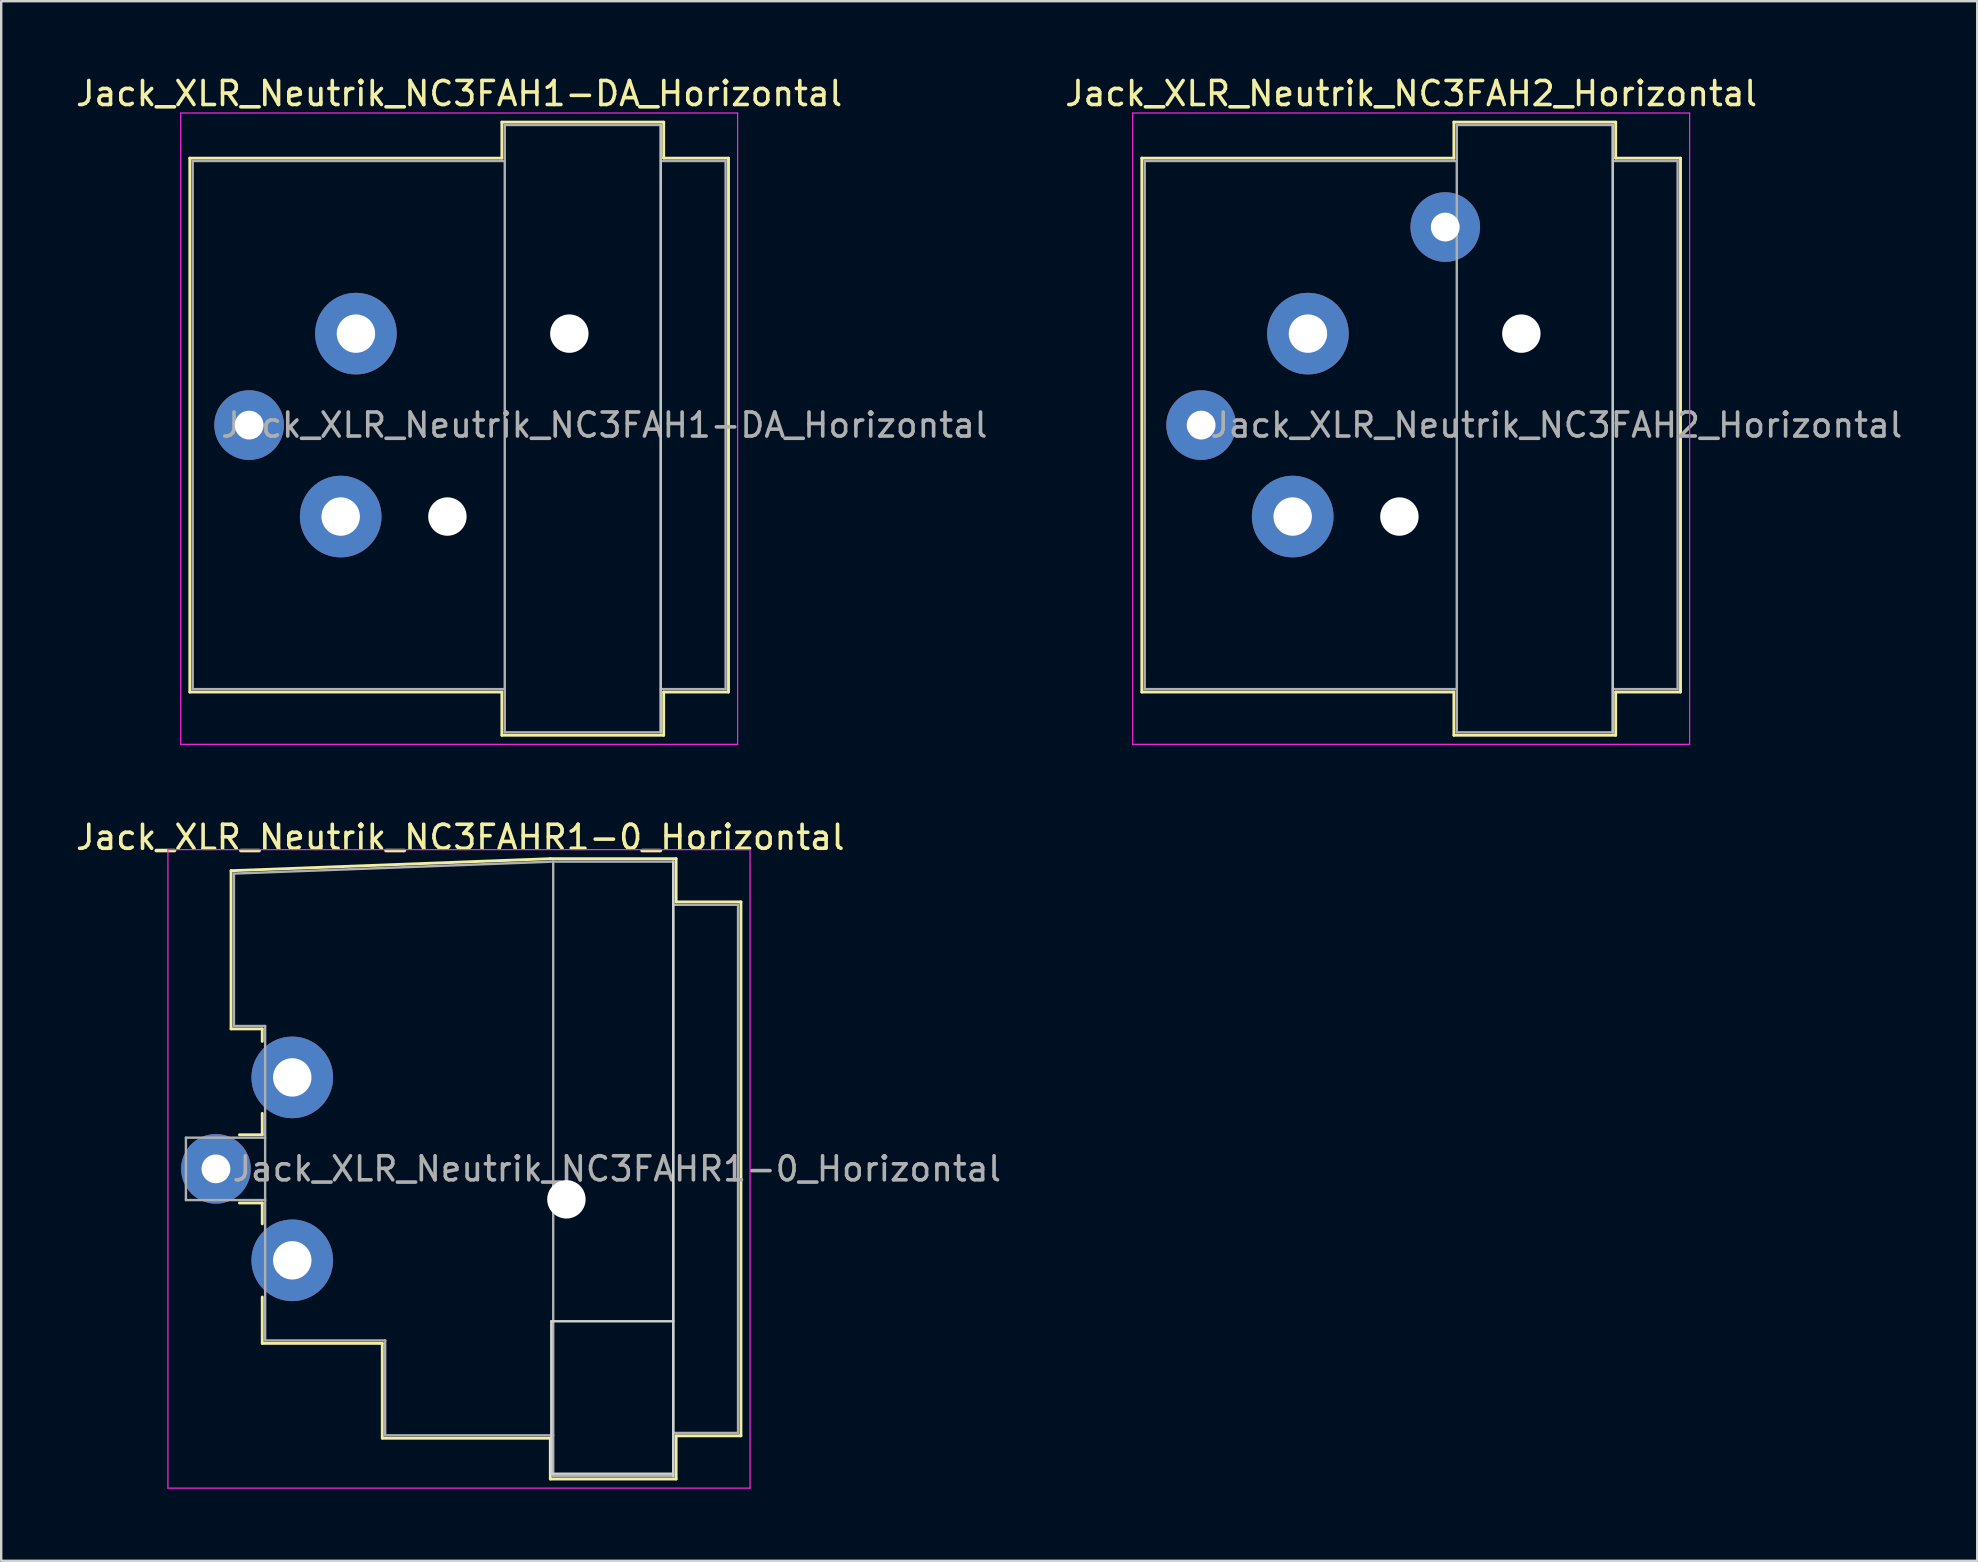
<source format=kicad_pcb>
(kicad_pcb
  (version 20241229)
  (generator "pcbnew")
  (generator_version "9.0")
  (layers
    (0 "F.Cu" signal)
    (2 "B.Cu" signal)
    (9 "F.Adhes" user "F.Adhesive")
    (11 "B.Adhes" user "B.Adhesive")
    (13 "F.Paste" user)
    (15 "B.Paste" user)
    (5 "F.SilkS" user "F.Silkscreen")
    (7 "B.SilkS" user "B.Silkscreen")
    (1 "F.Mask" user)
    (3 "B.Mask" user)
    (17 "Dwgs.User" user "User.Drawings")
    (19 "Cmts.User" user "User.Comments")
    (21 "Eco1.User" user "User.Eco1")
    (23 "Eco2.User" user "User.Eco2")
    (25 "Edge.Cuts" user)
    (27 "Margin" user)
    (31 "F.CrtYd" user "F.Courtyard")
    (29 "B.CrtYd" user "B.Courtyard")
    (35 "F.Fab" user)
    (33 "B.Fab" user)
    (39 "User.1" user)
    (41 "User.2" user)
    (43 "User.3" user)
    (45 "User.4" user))
  (footprint "Jack_XLR_Neutrik_NC3FAHR1-0_Horizontal"
    (layer "F.Cu")
    (at 9.125 41.831)
    (property "Reference" "Jack_XLR_Neutrik_NC3FAHR1-0_Horizontal" (at 7 -10 0) (layer "F.SilkS") (effects (font (size 1 1) (thickness 0.15))))
    (attr through_hole)
    (fp_line (start -2.55 -8.61) (end -2.55 -2.02) (stroke (width 0.12) (type solid)) (layer "F.SilkS"))
    (fp_line (start -2.55 -2.02) (end -1.25 -2.02) (stroke (width 0.12) (type solid)) (layer "F.SilkS"))
    (fp_line (start -1.25 -2.02) (end -1.25 -1.5) (stroke (width 0.12) (type solid)) (layer "F.SilkS"))
    (fp_line (start -1.25 1.5) (end -1.25 2.39) (stroke (width 0.12) (type solid)) (layer "F.SilkS"))
    (fp_line (start -1.25 2.39) (end -2.2 2.39) (stroke (width 0.12) (type solid)) (layer "F.SilkS"))
    (fp_line (start -1.25 5.23) (end -2.2 5.23) (stroke (width 0.12) (type solid)) (layer "F.SilkS"))
    (fp_line (start -1.25 5.23) (end -1.25 6.1) (stroke (width 0.12) (type solid)) (layer "F.SilkS"))
    (fp_line (start -1.25 9.15) (end -1.25 11.08) (stroke (width 0.12) (type solid)) (layer "F.SilkS"))
    (fp_line (start 3.75 11.08) (end -1.25 11.08) (stroke (width 0.12) (type solid)) (layer "F.SilkS"))
    (fp_line (start 3.75 11.08) (end 3.75 15.03) (stroke (width 0.12) (type solid)) (layer "F.SilkS"))
    (fp_line (start 10.75 -9.11) (end -2.55 -8.61) (stroke (width 0.12) (type solid)) (layer "F.SilkS"))
    (fp_line (start 10.75 15.03) (end 3.75 15.03) (stroke (width 0.12) (type solid)) (layer "F.SilkS"))
    (fp_line (start 10.75 16.73) (end 10.75 15.03) (stroke (width 0.12) (type solid)) (layer "F.SilkS"))
    (fp_line (start 15.99 -9.11) (end 10.75 -9.11) (stroke (width 0.12) (type solid)) (layer "F.SilkS"))
    (fp_line (start 15.99 -9.11) (end 15.99 -7.31) (stroke (width 0.12) (type solid)) (layer "F.SilkS"))
    (fp_line (start 15.99 -7.31) (end 18.69 -7.31) (stroke (width 0.12) (type solid)) (layer "F.SilkS"))
    (fp_line (start 15.99 14.93) (end 15.99 16.73) (stroke (width 0.12) (type solid)) (layer "F.SilkS"))
    (fp_line (start 15.99 14.93) (end 18.69 14.93) (stroke (width 0.12) (type solid)) (layer "F.SilkS"))
    (fp_line (start 15.99 16.73) (end 10.75 16.73) (stroke (width 0.12) (type solid)) (layer "F.SilkS"))
    (fp_line (start 18.69 -7.31) (end 18.69 14.93) (stroke (width 0.12) (type solid)) (layer "F.SilkS"))
    (fp_line (start 10.79 10.16) (end 10.79 16.51) (stroke (width 0.1) (type solid)) (layer "Edge.Cuts"))
    (fp_line (start 10.79 16.51) (end 15.87 16.51) (stroke (width 0.1) (type solid)) (layer "Edge.Cuts"))
    (fp_line (start 15.87 -8.99) (end 15.87 16.61) (stroke (width 0.1) (type solid)) (layer "Edge.Cuts"))
    (fp_line (start 15.87 10.16) (end 10.79 10.16) (stroke (width 0.1) (type solid)) (layer "Edge.Cuts"))
    (fp_line (start -5.18 -9.49) (end -5.18 17.11) (stroke (width 0.05) (type solid)) (layer "F.CrtYd"))
    (fp_line (start 19.07 -9.49) (end -5.18 -9.49) (stroke (width 0.05) (type solid)) (layer "F.CrtYd"))
    (fp_line (start 19.07 -9.49) (end 19.07 17.11) (stroke (width 0.05) (type solid)) (layer "F.CrtYd"))
    (fp_line (start 19.07 17.11) (end -5.18 17.11) (stroke (width 0.05) (type solid)) (layer "F.CrtYd"))
    (fp_line (start -4.43 2.51) (end -4.43 5.11) (stroke (width 0.1) (type solid)) (layer "F.Fab"))
    (fp_line (start -4.43 2.51) (end -1.13 2.51) (stroke (width 0.1) (type solid)) (layer "F.Fab"))
    (fp_line (start -4.43 5.11) (end -1.13 5.11) (stroke (width 0.1) (type solid)) (layer "F.Fab"))
    (fp_line (start -2.43 -8.49) (end -2.43 -2.14) (stroke (width 0.1) (type solid)) (layer "F.Fab"))
    (fp_line (start -2.43 -8.49) (end 10.87 -8.99) (stroke (width 0.1) (type solid)) (layer "F.Fab"))
    (fp_line (start -1.13 -2.14) (end -2.43 -2.14) (stroke (width 0.1) (type solid)) (layer "F.Fab"))
    (fp_line (start -1.13 -2.14) (end -1.13 10.96) (stroke (width 0.1) (type solid)) (layer "F.Fab"))
    (fp_line (start -1.13 10.96) (end 3.87 10.96) (stroke (width 0.1) (type solid)) (layer "F.Fab"))
    (fp_line (start 3.87 10.96) (end 3.87 14.91) (stroke (width 0.1) (type solid)) (layer "F.Fab"))
    (fp_line (start 3.87 14.91) (end 10.87 14.91) (stroke (width 0.1) (type solid)) (layer "F.Fab"))
    (fp_line (start 10.87 -8.99) (end 15.87 -8.99) (stroke (width 0.1) (type solid)) (layer "F.Fab"))
    (fp_line (start 10.87 16.61) (end 10.87 -8.99) (stroke (width 0.1) (type solid)) (layer "F.Fab"))
    (fp_line (start 15.87 -8.99) (end 15.87 16.61) (stroke (width 0.1) (type solid)) (layer "F.Fab"))
    (fp_line (start 15.87 -7.19) (end 18.57 -7.19) (stroke (width 0.1) (type solid)) (layer "F.Fab"))
    (fp_line (start 15.87 16.61) (end 10.87 16.61) (stroke (width 0.1) (type solid)) (layer "F.Fab"))
    (fp_line (start 18.57 -7.19) (end 18.57 14.81) (stroke (width 0.1) (type solid)) (layer "F.Fab"))
    (fp_line (start 18.57 14.81) (end 15.87 14.81) (stroke (width 0.1) (type solid)) (layer "F.Fab"))
    (fp_text user "${REFERENCE}" (at 13.52 3.81 0) (layer "F.Fab") (effects (font (size 1 1) (thickness 0.15))))
    (pad "" np_thru_hole circle (at 11.42 5.08) (size 1.6 1.6) (drill 1.6) (layers "*.Cu" "*.Mask"))
    (pad "1" thru_hole circle (at 0 0) (size 3.4 3.4) (drill 1.6) (layers "*.Cu" "*.Mask"))
    (pad "2" thru_hole circle (at -3.18 3.81) (size 2.9 2.9) (drill 1.2) (layers "*.Cu" "*.Mask"))
    (pad "3" thru_hole circle (at 0 7.62) (size 3.4 3.4) (drill 1.6) (layers "*.Cu" "*.Mask")))
  (footprint "Jack_XLR_Neutrik_NC3FAH1-DA_Horizontal"
    (layer "F.Cu")
    (at 11.777 10.848)
    (property "Reference" "Jack_XLR_Neutrik_NC3FAH1-DA_Horizontal" (at 4.3 -10 0) (layer "F.SilkS") (effects (font (size 1 1) (thickness 0.15))))
    (attr through_hole)
    (fp_line (start -6.92 -7.31) (end -6.92 14.93) (stroke (width 0.12) (type solid)) (layer "F.SilkS"))
    (fp_line (start 6.08 -7.31) (end -6.92 -7.31) (stroke (width 0.12) (type solid)) (layer "F.SilkS"))
    (fp_line (start 6.08 -7.31) (end 6.08 -8.81) (stroke (width 0.12) (type solid)) (layer "F.SilkS"))
    (fp_line (start 6.08 14.93) (end -6.92 14.93) (stroke (width 0.12) (type solid)) (layer "F.SilkS"))
    (fp_line (start 6.08 16.73) (end 6.08 14.93) (stroke (width 0.12) (type solid)) (layer "F.SilkS"))
    (fp_line (start 12.82 -8.81) (end 6.08 -8.81) (stroke (width 0.12) (type solid)) (layer "F.SilkS"))
    (fp_line (start 12.82 -8.81) (end 12.82 -7.31) (stroke (width 0.12) (type solid)) (layer "F.SilkS"))
    (fp_line (start 12.82 -7.31) (end 15.52 -7.31) (stroke (width 0.12) (type solid)) (layer "F.SilkS"))
    (fp_line (start 12.82 14.93) (end 12.82 16.73) (stroke (width 0.12) (type solid)) (layer "F.SilkS"))
    (fp_line (start 12.82 14.93) (end 15.52 14.93) (stroke (width 0.12) (type solid)) (layer "F.SilkS"))
    (fp_line (start 12.82 16.73) (end 6.08 16.73) (stroke (width 0.12) (type solid)) (layer "F.SilkS"))
    (fp_line (start 15.52 -7.31) (end 15.52 14.93) (stroke (width 0.12) (type solid)) (layer "F.SilkS"))
    (fp_line (start 12.7 -8.69) (end 12.7 16.61) (stroke (width 0.1) (type solid)) (layer "Dwgs.User"))
    (fp_line (start -7.3 -9.19) (end -7.3 17.11) (stroke (width 0.05) (type solid)) (layer "F.CrtYd"))
    (fp_line (start 15.9 -9.19) (end -7.3 -9.19) (stroke (width 0.05) (type solid)) (layer "F.CrtYd"))
    (fp_line (start 15.9 -9.19) (end 15.9 17.11) (stroke (width 0.05) (type solid)) (layer "F.CrtYd"))
    (fp_line (start 15.9 17.11) (end -7.3 17.11) (stroke (width 0.05) (type solid)) (layer "F.CrtYd"))
    (fp_line (start -6.8 -7.19) (end -6.8 14.81) (stroke (width 0.1) (type solid)) (layer "F.Fab"))
    (fp_line (start -6.8 14.81) (end 6.2 14.81) (stroke (width 0.1) (type solid)) (layer "F.Fab"))
    (fp_line (start 6.2 -8.69) (end 12.7 -8.69) (stroke (width 0.1) (type solid)) (layer "F.Fab"))
    (fp_line (start 6.2 -7.19) (end -6.8 -7.19) (stroke (width 0.1) (type solid)) (layer "F.Fab"))
    (fp_line (start 6.2 16.61) (end 6.2 -8.69) (stroke (width 0.1) (type solid)) (layer "F.Fab"))
    (fp_line (start 12.7 -8.69) (end 12.7 16.61) (stroke (width 0.1) (type solid)) (layer "F.Fab"))
    (fp_line (start 12.7 -7.19) (end 15.4 -7.19) (stroke (width 0.1) (type solid)) (layer "F.Fab"))
    (fp_line (start 12.7 16.61) (end 6.2 16.61) (stroke (width 0.1) (type solid)) (layer "F.Fab"))
    (fp_line (start 15.4 -7.19) (end 15.4 14.81) (stroke (width 0.1) (type solid)) (layer "F.Fab"))
    (fp_line (start 15.4 14.81) (end 12.7 14.81) (stroke (width 0.1) (type solid)) (layer "F.Fab"))
    (fp_text user "${REFERENCE}" (at 10.35 3.81 0) (layer "F.Fab") (effects (font (size 1 1) (thickness 0.15))))
    (pad "" np_thru_hole circle (at 3.81 7.62) (size 1.6 1.6) (drill 1.6) (layers "*.Cu" "*.Mask"))
    (pad "" np_thru_hole circle (at 8.89 0) (size 1.6 1.6) (drill 1.6) (layers "*.Cu" "*.Mask"))
    (pad "1" thru_hole circle (at 0 0) (size 3.4 3.4) (drill 1.6) (layers "*.Cu" "*.Mask"))
    (pad "2" thru_hole circle (at -0.635 7.62) (size 3.4 3.4) (drill 1.6) (layers "*.Cu" "*.Mask"))
    (pad "3" thru_hole circle (at -4.45 3.81) (size 2.9 2.9) (drill 1.2) (layers "*.Cu" "*.Mask")))
  (footprint "Jack_XLR_Neutrik_NC3FAH2_Horizontal"
    (layer "F.Cu")
    (at 51.435 10.848)
    (property "Reference" "Jack_XLR_Neutrik_NC3FAH2_Horizontal" (at 4.3 -10 0) (layer "F.SilkS") (effects (font (size 1 1) (thickness 0.15))))
    (attr through_hole)
    (fp_line (start -6.92 -7.31) (end -6.92 14.93) (stroke (width 0.12) (type solid)) (layer "F.SilkS"))
    (fp_line (start 6.08 -7.31) (end -6.92 -7.31) (stroke (width 0.12) (type solid)) (layer "F.SilkS"))
    (fp_line (start 6.08 -7.31) (end 6.08 -8.81) (stroke (width 0.12) (type solid)) (layer "F.SilkS"))
    (fp_line (start 6.08 14.93) (end -6.92 14.93) (stroke (width 0.12) (type solid)) (layer "F.SilkS"))
    (fp_line (start 6.08 16.73) (end 6.08 14.93) (stroke (width 0.12) (type solid)) (layer "F.SilkS"))
    (fp_line (start 12.82 -8.81) (end 6.08 -8.81) (stroke (width 0.12) (type solid)) (layer "F.SilkS"))
    (fp_line (start 12.82 -8.81) (end 12.82 -7.31) (stroke (width 0.12) (type solid)) (layer "F.SilkS"))
    (fp_line (start 12.82 -7.31) (end 15.52 -7.31) (stroke (width 0.12) (type solid)) (layer "F.SilkS"))
    (fp_line (start 12.82 14.93) (end 12.82 16.73) (stroke (width 0.12) (type solid)) (layer "F.SilkS"))
    (fp_line (start 12.82 14.93) (end 15.52 14.93) (stroke (width 0.12) (type solid)) (layer "F.SilkS"))
    (fp_line (start 12.82 16.73) (end 6.08 16.73) (stroke (width 0.12) (type solid)) (layer "F.SilkS"))
    (fp_line (start 15.52 -7.31) (end 15.52 14.93) (stroke (width 0.12) (type solid)) (layer "F.SilkS"))
    (fp_line (start 12.7 -8.69) (end 12.7 16.61) (stroke (width 0.1) (type solid)) (layer "Dwgs.User"))
    (fp_line (start -7.3 -9.19) (end -7.3 17.11) (stroke (width 0.05) (type solid)) (layer "F.CrtYd"))
    (fp_line (start 15.9 -9.19) (end -7.3 -9.19) (stroke (width 0.05) (type solid)) (layer "F.CrtYd"))
    (fp_line (start 15.9 -9.19) (end 15.9 17.11) (stroke (width 0.05) (type solid)) (layer "F.CrtYd"))
    (fp_line (start 15.9 17.11) (end -7.3 17.11) (stroke (width 0.05) (type solid)) (layer "F.CrtYd"))
    (fp_line (start -6.8 -7.19) (end -6.8 14.81) (stroke (width 0.1) (type solid)) (layer "F.Fab"))
    (fp_line (start -6.8 14.81) (end 6.2 14.81) (stroke (width 0.1) (type solid)) (layer "F.Fab"))
    (fp_line (start 6.2 -8.69) (end 12.7 -8.69) (stroke (width 0.1) (type solid)) (layer "F.Fab"))
    (fp_line (start 6.2 -7.19) (end -6.8 -7.19) (stroke (width 0.1) (type solid)) (layer "F.Fab"))
    (fp_line (start 6.2 16.61) (end 6.2 -8.69) (stroke (width 0.1) (type solid)) (layer "F.Fab"))
    (fp_line (start 12.7 -8.69) (end 12.7 16.61) (stroke (width 0.1) (type solid)) (layer "F.Fab"))
    (fp_line (start 12.7 -7.19) (end 15.4 -7.19) (stroke (width 0.1) (type solid)) (layer "F.Fab"))
    (fp_line (start 12.7 16.61) (end 6.2 16.61) (stroke (width 0.1) (type solid)) (layer "F.Fab"))
    (fp_line (start 15.4 -7.19) (end 15.4 14.81) (stroke (width 0.1) (type solid)) (layer "F.Fab"))
    (fp_line (start 15.4 14.81) (end 12.7 14.81) (stroke (width 0.1) (type solid)) (layer "F.Fab"))
    (fp_text user "${REFERENCE}" (at 10.35 3.81 0) (layer "F.Fab") (effects (font (size 1 1) (thickness 0.15))))
    (pad "" np_thru_hole circle (at 3.81 7.62) (size 1.6 1.6) (drill 1.6) (layers "*.Cu" "*.Mask"))
    (pad "" np_thru_hole circle (at 8.89 0) (size 1.6 1.6) (drill 1.6) (layers "*.Cu" "*.Mask"))
    (pad "1" thru_hole circle (at 0 0) (size 3.4 3.4) (drill 1.6) (layers "*.Cu" "*.Mask"))
    (pad "2" thru_hole circle (at -0.635 7.62) (size 3.4 3.4) (drill 1.6) (layers "*.Cu" "*.Mask"))
    (pad "3" thru_hole circle (at -4.45 3.81) (size 2.9 2.9) (drill 1.2) (layers "*.Cu" "*.Mask"))
    (pad "G" thru_hole circle (at 5.72 -4.44) (size 2.9 2.9) (drill 1.2) (layers "*.Cu" "*.Mask")))
  (gr_rect
    (start -3 -3)
    (end 79.314 61.967)
    (stroke (width 0.1) (type default))
    (fill no)
    (layer "Edge.Cuts")))
</source>
